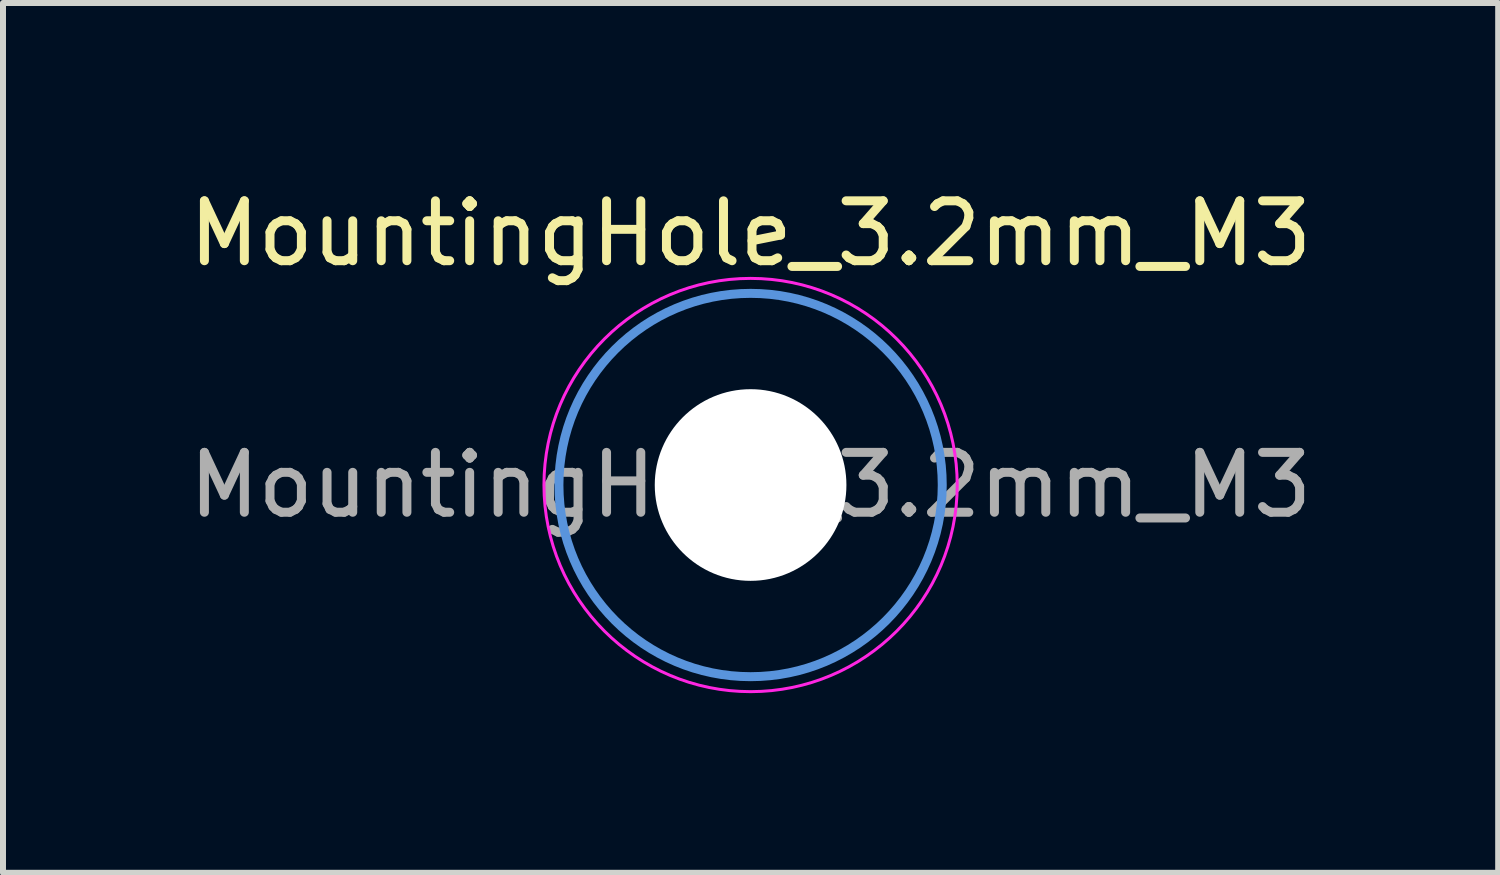
<source format=kicad_pcb>
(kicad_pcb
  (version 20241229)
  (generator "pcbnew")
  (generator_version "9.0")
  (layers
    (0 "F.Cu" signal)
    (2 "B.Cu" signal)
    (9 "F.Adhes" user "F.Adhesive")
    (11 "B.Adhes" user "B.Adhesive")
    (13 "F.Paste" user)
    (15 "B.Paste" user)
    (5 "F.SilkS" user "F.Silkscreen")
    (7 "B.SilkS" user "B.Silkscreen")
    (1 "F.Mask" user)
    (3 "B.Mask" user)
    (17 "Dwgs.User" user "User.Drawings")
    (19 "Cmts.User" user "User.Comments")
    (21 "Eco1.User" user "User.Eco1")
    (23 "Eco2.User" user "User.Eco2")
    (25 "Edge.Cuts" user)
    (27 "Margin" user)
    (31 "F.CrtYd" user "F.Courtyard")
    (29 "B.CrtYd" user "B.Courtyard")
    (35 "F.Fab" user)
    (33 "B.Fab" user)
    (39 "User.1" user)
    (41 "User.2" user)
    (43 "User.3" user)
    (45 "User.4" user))
  (footprint "MountingHole_3.2mm_M3"
    (layer "F.Cu")
    (at 9.482 5.048)
    (property "Reference" "MountingHole_3.2mm_M3" (at 0 -4.2 0) (layer "F.SilkS") (effects (font (size 1 1) (thickness 0.15))))
    (attr exclude_from_pos_files exclude_from_bom)
    (fp_circle (center 0 0) (end 3.2 0) (stroke (width 0.15) (type solid)) (fill no) (layer "Cmts.User"))
    (fp_circle (center 0 0) (end 3.45 0) (stroke (width 0.05) (type solid)) (fill no) (layer "F.CrtYd"))
    (fp_text user "${REFERENCE}" (at 0 0 0) (layer "F.Fab") (effects (font (size 1 1) (thickness 0.15))))
    (pad "" np_thru_hole circle (at 0 0) (size 3.2 3.2) (drill 3.2) (layers "*.Cu" "*.Mask")))
  (gr_rect
    (start -3 -3)
    (end 21.964 11.523)
    (stroke (width 0.1) (type default))
    (fill no)
    (layer "Edge.Cuts")))
</source>
